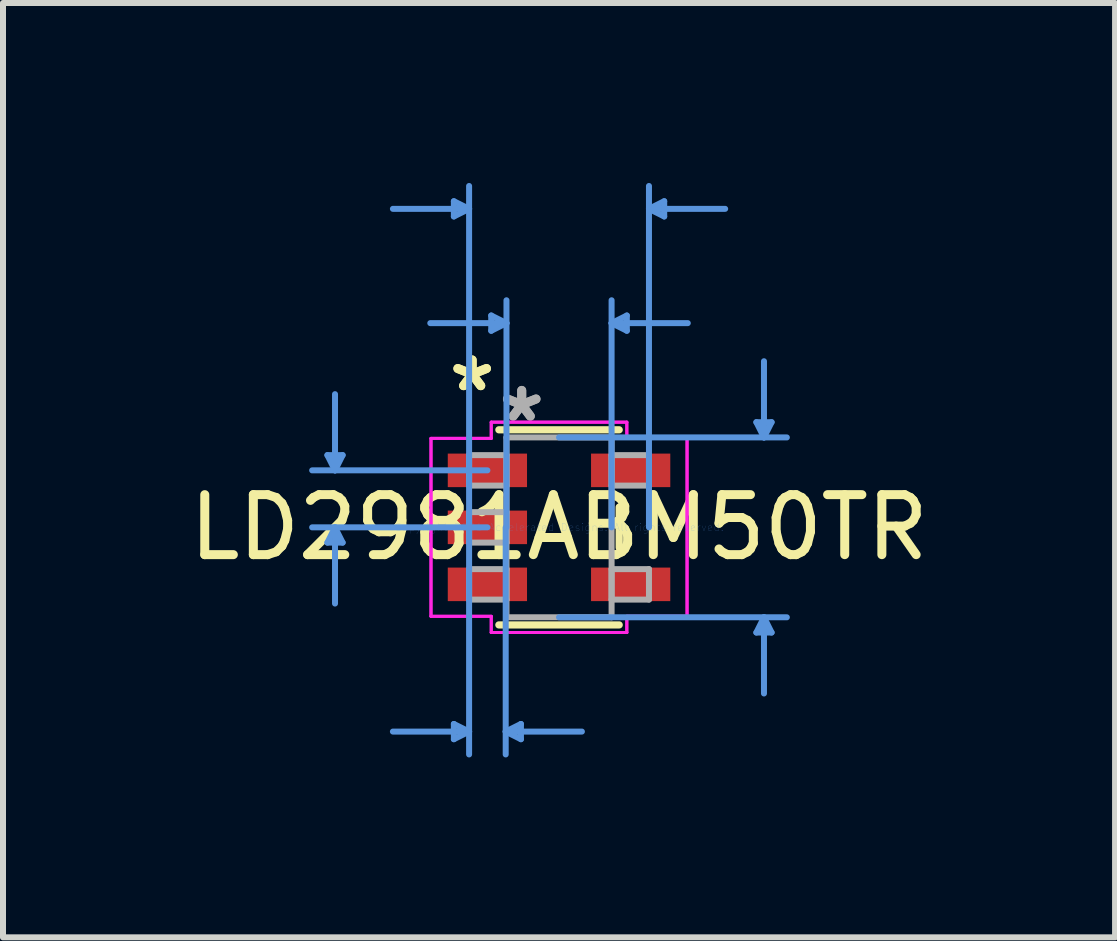
<source format=kicad_pcb>
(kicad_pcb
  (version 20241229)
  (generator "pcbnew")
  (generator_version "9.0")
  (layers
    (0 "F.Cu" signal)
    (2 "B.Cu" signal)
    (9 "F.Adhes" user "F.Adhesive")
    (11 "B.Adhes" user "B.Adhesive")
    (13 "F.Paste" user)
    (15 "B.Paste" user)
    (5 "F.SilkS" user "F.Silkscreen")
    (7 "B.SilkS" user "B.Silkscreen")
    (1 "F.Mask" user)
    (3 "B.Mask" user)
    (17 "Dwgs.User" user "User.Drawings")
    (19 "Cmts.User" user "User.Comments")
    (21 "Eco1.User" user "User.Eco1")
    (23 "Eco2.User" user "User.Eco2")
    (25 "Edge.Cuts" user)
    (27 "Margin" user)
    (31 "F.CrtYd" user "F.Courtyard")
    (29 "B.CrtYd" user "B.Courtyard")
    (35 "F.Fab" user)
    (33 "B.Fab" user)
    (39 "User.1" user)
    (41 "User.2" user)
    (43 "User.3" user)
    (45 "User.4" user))
  (footprint "LD2981ABM50TR"
    (layer "F.Cu")
    (at 6.268 5.74)
    (property "Reference" "LD2981ABM50TR" (at 0 0 0) (layer "F.SilkS") (effects (font (size 1 1) (thickness 0.15))))
    (attr through_hole)
    (fp_line (start -1.003 1.626) (end 1.003 1.626) (stroke (width 0.12) (type solid)) (layer "F.SilkS"))
    (fp_line (start 1.003 -1.626) (end -1.003 -1.626) (stroke (width 0.12) (type solid)) (layer "F.SilkS"))
    (fp_line (start 1.003 0.338) (end 1.003 -0.338) (stroke (width 0.12) (type solid)) (layer "F.SilkS"))
    (fp_line (start -3.861 -1.204) (end -3.607 -1.204) (stroke (width 0.1) (type solid)) (layer "Cmts.User"))
    (fp_line (start -3.861 0.254) (end -3.607 0.254) (stroke (width 0.1) (type solid)) (layer "Cmts.User"))
    (fp_line (start -3.734 -0.95) (end -3.861 -1.204) (stroke (width 0.1) (type solid)) (layer "Cmts.User"))
    (fp_line (start -3.734 -0.95) (end -3.734 -2.22) (stroke (width 0.1) (type solid)) (layer "Cmts.User"))
    (fp_line (start -3.734 -0.95) (end -3.607 -1.204) (stroke (width 0.1) (type solid)) (layer "Cmts.User"))
    (fp_line (start -3.734 0) (end -3.861 0.254) (stroke (width 0.1) (type solid)) (layer "Cmts.User"))
    (fp_line (start -3.734 0) (end -3.734 1.27) (stroke (width 0.1) (type solid)) (layer "Cmts.User"))
    (fp_line (start -3.734 0) (end -3.607 0.254) (stroke (width 0.1) (type solid)) (layer "Cmts.User"))
    (fp_line (start -1.753 -5.436) (end -1.753 -5.182) (stroke (width 0.1) (type solid)) (layer "Cmts.User"))
    (fp_line (start -1.753 3.277) (end -1.753 3.531) (stroke (width 0.1) (type solid)) (layer "Cmts.User"))
    (fp_line (start -1.499 -5.309) (end -2.769 -5.309) (stroke (width 0.1) (type solid)) (layer "Cmts.User"))
    (fp_line (start -1.499 -5.309) (end -1.753 -5.436) (stroke (width 0.1) (type solid)) (layer "Cmts.User"))
    (fp_line (start -1.499 -5.309) (end -1.753 -5.182) (stroke (width 0.1) (type solid)) (layer "Cmts.User"))
    (fp_line (start -1.499 0) (end -1.499 -5.69) (stroke (width 0.1) (type solid)) (layer "Cmts.User"))
    (fp_line (start -1.499 0) (end -1.499 3.785) (stroke (width 0.1) (type solid)) (layer "Cmts.User"))
    (fp_line (start -1.499 3.404) (end -2.769 3.404) (stroke (width 0.1) (type solid)) (layer "Cmts.User"))
    (fp_line (start -1.499 3.404) (end -1.753 3.277) (stroke (width 0.1) (type solid)) (layer "Cmts.User"))
    (fp_line (start -1.499 3.404) (end -1.753 3.531) (stroke (width 0.1) (type solid)) (layer "Cmts.User"))
    (fp_line (start -1.194 -0.95) (end -4.115 -0.95) (stroke (width 0.1) (type solid)) (layer "Cmts.User"))
    (fp_line (start -1.194 0) (end -4.115 0) (stroke (width 0.1) (type solid)) (layer "Cmts.User"))
    (fp_line (start -1.13 -3.531) (end -1.13 -3.277) (stroke (width 0.1) (type solid)) (layer "Cmts.User"))
    (fp_line (start -0.889 0) (end -0.889 3.785) (stroke (width 0.1) (type solid)) (layer "Cmts.User"))
    (fp_line (start -0.889 3.404) (end -0.635 3.277) (stroke (width 0.1) (type solid)) (layer "Cmts.User"))
    (fp_line (start -0.889 3.404) (end -0.635 3.531) (stroke (width 0.1) (type solid)) (layer "Cmts.User"))
    (fp_line (start -0.889 3.404) (end 0.381 3.404) (stroke (width 0.1) (type solid)) (layer "Cmts.User"))
    (fp_line (start -0.876 -3.404) (end -2.146 -3.404) (stroke (width 0.1) (type solid)) (layer "Cmts.User"))
    (fp_line (start -0.876 -3.404) (end -1.13 -3.531) (stroke (width 0.1) (type solid)) (layer "Cmts.User"))
    (fp_line (start -0.876 -3.404) (end -1.13 -3.277) (stroke (width 0.1) (type solid)) (layer "Cmts.User"))
    (fp_line (start -0.876 0) (end -0.876 -3.785) (stroke (width 0.1) (type solid)) (layer "Cmts.User"))
    (fp_line (start -0.635 3.277) (end -0.635 3.531) (stroke (width 0.1) (type solid)) (layer "Cmts.User"))
    (fp_line (start 0 -1.499) (end 3.797 -1.499) (stroke (width 0.1) (type solid)) (layer "Cmts.User"))
    (fp_line (start 0 1.499) (end 3.797 1.499) (stroke (width 0.1) (type solid)) (layer "Cmts.User"))
    (fp_line (start 0.876 -3.404) (end 1.13 -3.531) (stroke (width 0.1) (type solid)) (layer "Cmts.User"))
    (fp_line (start 0.876 -3.404) (end 1.13 -3.277) (stroke (width 0.1) (type solid)) (layer "Cmts.User"))
    (fp_line (start 0.876 -3.404) (end 2.146 -3.404) (stroke (width 0.1) (type solid)) (layer "Cmts.User"))
    (fp_line (start 0.876 0) (end 0.876 -3.785) (stroke (width 0.1) (type solid)) (layer "Cmts.User"))
    (fp_line (start 1.13 -3.531) (end 1.13 -3.277) (stroke (width 0.1) (type solid)) (layer "Cmts.User"))
    (fp_line (start 1.499 -5.309) (end 1.753 -5.436) (stroke (width 0.1) (type solid)) (layer "Cmts.User"))
    (fp_line (start 1.499 -5.309) (end 1.753 -5.182) (stroke (width 0.1) (type solid)) (layer "Cmts.User"))
    (fp_line (start 1.499 -5.309) (end 2.769 -5.309) (stroke (width 0.1) (type solid)) (layer "Cmts.User"))
    (fp_line (start 1.499 0) (end 1.499 -5.69) (stroke (width 0.1) (type solid)) (layer "Cmts.User"))
    (fp_line (start 1.753 -5.436) (end 1.753 -5.182) (stroke (width 0.1) (type solid)) (layer "Cmts.User"))
    (fp_line (start 3.289 -1.753) (end 3.543 -1.753) (stroke (width 0.1) (type solid)) (layer "Cmts.User"))
    (fp_line (start 3.289 1.753) (end 3.543 1.753) (stroke (width 0.1) (type solid)) (layer "Cmts.User"))
    (fp_line (start 3.416 -1.499) (end 3.289 -1.753) (stroke (width 0.1) (type solid)) (layer "Cmts.User"))
    (fp_line (start 3.416 -1.499) (end 3.416 -2.769) (stroke (width 0.1) (type solid)) (layer "Cmts.User"))
    (fp_line (start 3.416 -1.499) (end 3.543 -1.753) (stroke (width 0.1) (type solid)) (layer "Cmts.User"))
    (fp_line (start 3.416 1.499) (end 3.289 1.753) (stroke (width 0.1) (type solid)) (layer "Cmts.User"))
    (fp_line (start 3.416 1.499) (end 3.416 2.769) (stroke (width 0.1) (type solid)) (layer "Cmts.User"))
    (fp_line (start 3.416 1.499) (end 3.543 1.753) (stroke (width 0.1) (type solid)) (layer "Cmts.User"))
    (fp_line (start -2.134 -1.483) (end -1.13 -1.483) (stroke (width 0.05) (type solid)) (layer "F.CrtYd"))
    (fp_line (start -2.134 -1.483) (end -1.13 -1.483) (stroke (width 0.05) (type solid)) (layer "F.CrtYd"))
    (fp_line (start -2.134 1.483) (end -2.134 -1.483) (stroke (width 0.05) (type solid)) (layer "F.CrtYd"))
    (fp_line (start -2.134 1.483) (end -2.134 -1.483) (stroke (width 0.05) (type solid)) (layer "F.CrtYd"))
    (fp_line (start -1.13 -1.753) (end 1.13 -1.753) (stroke (width 0.05) (type solid)) (layer "F.CrtYd"))
    (fp_line (start -1.13 -1.753) (end 1.13 -1.753) (stroke (width 0.05) (type solid)) (layer "F.CrtYd"))
    (fp_line (start -1.13 -1.483) (end -1.13 -1.753) (stroke (width 0.05) (type solid)) (layer "F.CrtYd"))
    (fp_line (start -1.13 -1.483) (end -1.13 -1.753) (stroke (width 0.05) (type solid)) (layer "F.CrtYd"))
    (fp_line (start -1.13 1.483) (end -2.134 1.483) (stroke (width 0.05) (type solid)) (layer "F.CrtYd"))
    (fp_line (start -1.13 1.483) (end -2.134 1.483) (stroke (width 0.05) (type solid)) (layer "F.CrtYd"))
    (fp_line (start -1.13 1.753) (end -1.13 1.483) (stroke (width 0.05) (type solid)) (layer "F.CrtYd"))
    (fp_line (start -1.13 1.753) (end -1.13 1.483) (stroke (width 0.05) (type solid)) (layer "F.CrtYd"))
    (fp_line (start 1.13 -1.753) (end 1.13 -1.483) (stroke (width 0.05) (type solid)) (layer "F.CrtYd"))
    (fp_line (start 1.13 -1.753) (end 1.13 -1.483) (stroke (width 0.05) (type solid)) (layer "F.CrtYd"))
    (fp_line (start 1.13 -1.483) (end 2.134 -1.483) (stroke (width 0.05) (type solid)) (layer "F.CrtYd"))
    (fp_line (start 1.13 -1.483) (end 2.134 -1.483) (stroke (width 0.05) (type solid)) (layer "F.CrtYd"))
    (fp_line (start 1.13 1.483) (end 1.13 1.753) (stroke (width 0.05) (type solid)) (layer "F.CrtYd"))
    (fp_line (start 1.13 1.483) (end 1.13 1.753) (stroke (width 0.05) (type solid)) (layer "F.CrtYd"))
    (fp_line (start 1.13 1.753) (end -1.13 1.753) (stroke (width 0.05) (type solid)) (layer "F.CrtYd"))
    (fp_line (start 1.13 1.753) (end -1.13 1.753) (stroke (width 0.05) (type solid)) (layer "F.CrtYd"))
    (fp_line (start 2.134 -1.483) (end 2.134 1.483) (stroke (width 0.05) (type solid)) (layer "F.CrtYd"))
    (fp_line (start 2.134 -1.483) (end 2.134 1.483) (stroke (width 0.05) (type solid)) (layer "F.CrtYd"))
    (fp_line (start 2.134 1.483) (end 1.13 1.483) (stroke (width 0.05) (type solid)) (layer "F.CrtYd"))
    (fp_line (start 2.134 1.483) (end 1.13 1.483) (stroke (width 0.05) (type solid)) (layer "F.CrtYd"))
    (fp_line (start -1.499 -1.204) (end -1.499 -0.696) (stroke (width 0.1) (type solid)) (layer "F.Fab"))
    (fp_line (start -1.499 -0.696) (end -0.876 -0.696) (stroke (width 0.1) (type solid)) (layer "F.Fab"))
    (fp_line (start -1.499 -0.254) (end -1.499 0.254) (stroke (width 0.1) (type solid)) (layer "F.Fab"))
    (fp_line (start -1.499 0.254) (end -0.876 0.254) (stroke (width 0.1) (type solid)) (layer "F.Fab"))
    (fp_line (start -1.499 0.696) (end -1.499 1.204) (stroke (width 0.1) (type solid)) (layer "F.Fab"))
    (fp_line (start -1.499 1.204) (end -0.876 1.204) (stroke (width 0.1) (type solid)) (layer "F.Fab"))
    (fp_line (start -0.876 -1.499) (end -0.876 1.499) (stroke (width 0.1) (type solid)) (layer "F.Fab"))
    (fp_line (start -0.876 -1.204) (end -1.499 -1.204) (stroke (width 0.1) (type solid)) (layer "F.Fab"))
    (fp_line (start -0.876 -0.696) (end -0.876 -1.204) (stroke (width 0.1) (type solid)) (layer "F.Fab"))
    (fp_line (start -0.876 -0.254) (end -1.499 -0.254) (stroke (width 0.1) (type solid)) (layer "F.Fab"))
    (fp_line (start -0.876 0.254) (end -0.876 -0.254) (stroke (width 0.1) (type solid)) (layer "F.Fab"))
    (fp_line (start -0.876 0.696) (end -1.499 0.696) (stroke (width 0.1) (type solid)) (layer "F.Fab"))
    (fp_line (start -0.876 1.204) (end -0.876 0.696) (stroke (width 0.1) (type solid)) (layer "F.Fab"))
    (fp_line (start -0.876 1.499) (end 0.876 1.499) (stroke (width 0.1) (type solid)) (layer "F.Fab"))
    (fp_line (start 0.876 -1.499) (end -0.876 -1.499) (stroke (width 0.1) (type solid)) (layer "F.Fab"))
    (fp_line (start 0.876 -1.204) (end 0.876 -0.696) (stroke (width 0.1) (type solid)) (layer "F.Fab"))
    (fp_line (start 0.876 -0.696) (end 1.499 -0.696) (stroke (width 0.1) (type solid)) (layer "F.Fab"))
    (fp_line (start 0.876 0.696) (end 0.876 1.204) (stroke (width 0.1) (type solid)) (layer "F.Fab"))
    (fp_line (start 0.876 1.204) (end 1.499 1.204) (stroke (width 0.1) (type solid)) (layer "F.Fab"))
    (fp_line (start 0.876 1.499) (end 0.876 -1.499) (stroke (width 0.1) (type solid)) (layer "F.Fab"))
    (fp_line (start 1.499 -1.204) (end 0.876 -1.204) (stroke (width 0.1) (type solid)) (layer "F.Fab"))
    (fp_line (start 1.499 -0.696) (end 1.499 -1.204) (stroke (width 0.1) (type solid)) (layer "F.Fab"))
    (fp_line (start 1.499 0.696) (end 0.876 0.696) (stroke (width 0.1) (type solid)) (layer "F.Fab"))
    (fp_line (start 1.499 1.204) (end 1.499 0.696) (stroke (width 0.1) (type solid)) (layer "F.Fab"))
    (fp_text user "*" (at -1.448 -2.245 0) (layer "F.SilkS") (effects (font (size 1 1) (thickness 0.15))))
    (fp_text user "*" (at -1.448 -2.245 0) (layer "F.SilkS") (effects (font (size 1 1) (thickness 0.15))))
    (fp_text user "Copyright 2021 Accelerated Designs. All rights reserved." (at 0 0 0) (layer "Cmts.User") (effects (font (size 0.127 0.127) (thickness 0.002))))
    (fp_text user "*" (at -0.622 -1.737 0) (layer "F.Fab") (effects (font (size 1 1) (thickness 0.15))))
    (fp_text user "*" (at -0.622 -1.737 0) (layer "F.Fab") (effects (font (size 1 1) (thickness 0.15))))
    (pad "1" smd rect (at -1.194 -0.95) (size 1.321 0.559) (layers "F.Cu" "F.Mask" "F.Paste"))
    (pad "2" smd rect (at -1.194 0) (size 1.321 0.559) (layers "F.Cu" "F.Mask" "F.Paste"))
    (pad "3" smd rect (at -1.194 0.95) (size 1.321 0.559) (layers "F.Cu" "F.Mask" "F.Paste"))
    (pad "4" smd rect (at 1.194 0.95) (size 1.321 0.559) (layers "F.Cu" "F.Mask" "F.Paste"))
    (pad "5" smd rect (at 1.194 -0.95) (size 1.321 0.559) (layers "F.Cu" "F.Mask" "F.Paste")))
  (gr_rect
    (start -3 -3)
    (end 15.536 12.574)
    (stroke (width 0.1) (type default))
    (fill no)
    (layer "Edge.Cuts")))
</source>
